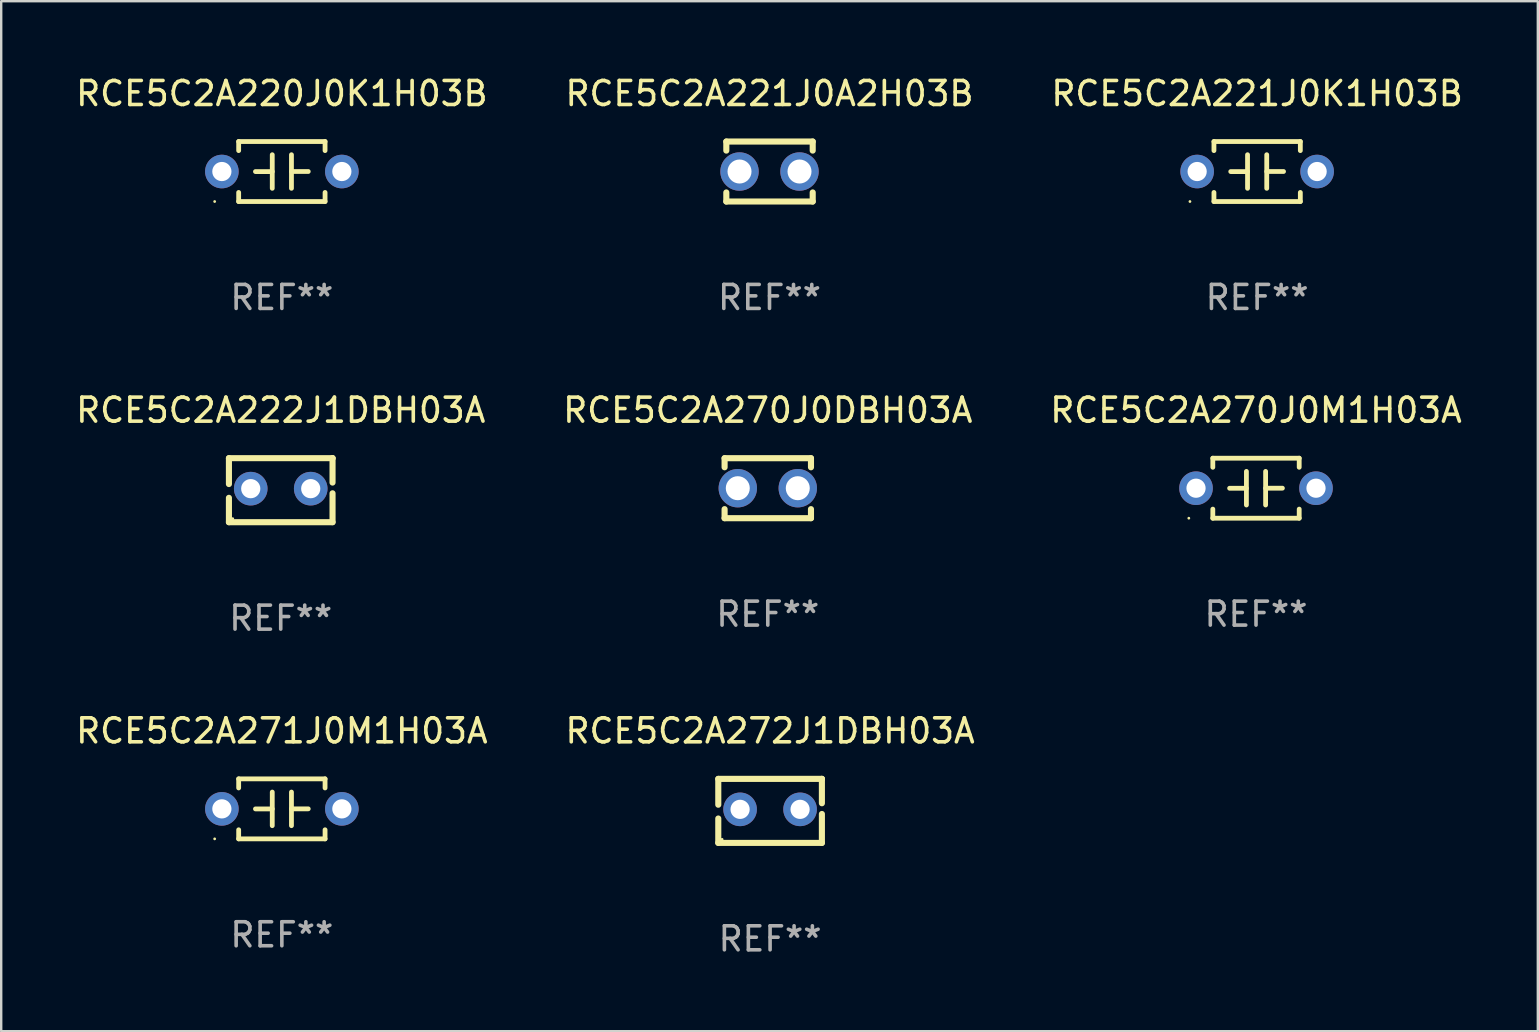
<source format=kicad_pcb>
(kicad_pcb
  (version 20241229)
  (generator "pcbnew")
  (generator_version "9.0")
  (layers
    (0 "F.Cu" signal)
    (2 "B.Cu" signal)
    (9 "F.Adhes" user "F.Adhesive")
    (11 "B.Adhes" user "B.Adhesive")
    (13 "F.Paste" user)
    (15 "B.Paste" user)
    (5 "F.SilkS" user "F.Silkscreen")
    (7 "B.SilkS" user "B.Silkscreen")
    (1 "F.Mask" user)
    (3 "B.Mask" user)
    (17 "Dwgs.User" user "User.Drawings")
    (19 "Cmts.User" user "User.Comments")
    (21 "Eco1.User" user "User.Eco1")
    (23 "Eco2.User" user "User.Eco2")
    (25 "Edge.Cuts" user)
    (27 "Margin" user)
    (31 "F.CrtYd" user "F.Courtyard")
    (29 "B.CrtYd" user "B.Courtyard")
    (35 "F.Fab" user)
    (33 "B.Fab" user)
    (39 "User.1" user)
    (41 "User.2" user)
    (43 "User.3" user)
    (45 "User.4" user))
  (footprint "RCE5C2A221J0A2H03B"
    (layer "F.Cu")
    (at 29.018 4.098)
    (property "Reference" "RCE5C2A221J0A2H03B" (at 0 -3.25 0) (layer "F.SilkS") (effects (font (size 1 1) (thickness 0.15))))
    (attr through_hole)
    (fp_line (start -1.8 -1.25) (end -1.8 -0.872) (stroke (width 0.254) (type solid)) (layer "F.SilkS"))
    (fp_line (start -1.8 -1.25) (end 1.8 -1.25) (stroke (width 0.254) (type solid)) (layer "F.SilkS"))
    (fp_line (start -1.8 0.872) (end -1.8 1.25) (stroke (width 0.254) (type solid)) (layer "F.SilkS"))
    (fp_line (start -1.8 1.25) (end 1.8 1.25) (stroke (width 0.254) (type solid)) (layer "F.SilkS"))
    (fp_line (start 1.8 -1.25) (end 1.8 -0.872) (stroke (width 0.254) (type solid)) (layer "F.SilkS"))
    (fp_line (start 1.8 0.872) (end 1.8 1.25) (stroke (width 0.254) (type solid)) (layer "F.SilkS"))
    (fp_circle (center -1.8 1.25) (end -1.77 1.25) (stroke (width 0.06) (type solid)) (fill no) (layer "F.SilkS"))
    (fp_text user "REF**" (at 0 5.25 0) (layer "F.Fab") (effects (font (size 1 1) (thickness 0.15))))
    (pad "1" thru_hole circle (at -1.25 0) (size 1.6 1.6) (drill 1) (layers "*.Cu" "*.Mask"))
    (pad "2" thru_hole circle (at 1.25 0) (size 1.6 1.6) (drill 1) (layers "*.Cu" "*.Mask")))
  (footprint "RCE5C2A221J0K1H03B"
    (layer "F.Cu")
    (at 49.339 4.098)
    (property "Reference" "RCE5C2A221J0K1H03B" (at 0 -3.25 0) (layer "F.SilkS") (effects (font (size 1 1) (thickness 0.15))))
    (attr through_hole)
    (fp_line (start -1.8 -1.25) (end -1.8 -0.872) (stroke (width 0.2) (type solid)) (layer "F.SilkS"))
    (fp_line (start -1.8 -1.25) (end 1.8 -1.25) (stroke (width 0.2) (type solid)) (layer "F.SilkS"))
    (fp_line (start -1.8 0.872) (end -1.8 1.25) (stroke (width 0.2) (type solid)) (layer "F.SilkS"))
    (fp_line (start -1.8 1.25) (end 1.8 1.25) (stroke (width 0.2) (type solid)) (layer "F.SilkS"))
    (fp_line (start -0.4 -0.7) (end -0.4 0.7) (stroke (width 0.2) (type solid)) (layer "F.SilkS"))
    (fp_line (start -0.4 0.002) (end -1.1 0.002) (stroke (width 0.2) (type solid)) (layer "F.SilkS"))
    (fp_line (start 0.4 -0.001) (end 1.1 -0.001) (stroke (width 0.2) (type solid)) (layer "F.SilkS"))
    (fp_line (start 0.4 0.7) (end 0.4 -0.7) (stroke (width 0.2) (type solid)) (layer "F.SilkS"))
    (fp_line (start 1.8 -1.25) (end 1.8 -0.872) (stroke (width 0.2) (type solid)) (layer "F.SilkS"))
    (fp_line (start 1.8 0.872) (end 1.8 1.25) (stroke (width 0.2) (type solid)) (layer "F.SilkS"))
    (fp_circle (center -2.8 1.25) (end -2.77 1.25) (stroke (width 0.06) (type solid)) (fill no) (layer "F.SilkS"))
    (fp_text user "REF**" (at 0 5.25 0) (layer "F.Fab") (effects (font (size 1 1) (thickness 0.15))))
    (pad "1" thru_hole circle (at -2.5 0) (size 1.4 1.4) (drill 0.8) (layers "*.Cu" "*.Mask"))
    (pad "2" thru_hole circle (at 2.5 0) (size 1.4 1.4) (drill 0.8) (layers "*.Cu" "*.Mask")))
  (footprint "RCE5C2A270J0DBH03A"
    (layer "F.Cu")
    (at 28.946 17.295)
    (property "Reference" "RCE5C2A270J0DBH03A" (at 0 -3.25 0) (layer "F.SilkS") (effects (font (size 1 1) (thickness 0.15))))
    (attr through_hole)
    (fp_line (start -1.8 -1.25) (end -1.8 -0.872) (stroke (width 0.254) (type solid)) (layer "F.SilkS"))
    (fp_line (start -1.8 -1.25) (end 1.8 -1.25) (stroke (width 0.254) (type solid)) (layer "F.SilkS"))
    (fp_line (start -1.8 0.872) (end -1.8 1.25) (stroke (width 0.254) (type solid)) (layer "F.SilkS"))
    (fp_line (start -1.8 1.25) (end 1.8 1.25) (stroke (width 0.254) (type solid)) (layer "F.SilkS"))
    (fp_line (start 1.8 -1.25) (end 1.8 -0.872) (stroke (width 0.254) (type solid)) (layer "F.SilkS"))
    (fp_line (start 1.8 0.872) (end 1.8 1.25) (stroke (width 0.254) (type solid)) (layer "F.SilkS"))
    (fp_circle (center -1.8 1.25) (end -1.77 1.25) (stroke (width 0.06) (type solid)) (fill no) (layer "F.SilkS"))
    (fp_text user "REF**" (at 0 5.25 0) (layer "F.Fab") (effects (font (size 1 1) (thickness 0.15))))
    (pad "1" thru_hole circle (at -1.25 0) (size 1.6 1.6) (drill 1) (layers "*.Cu" "*.Mask"))
    (pad "2" thru_hole circle (at 1.25 0) (size 1.6 1.6) (drill 1) (layers "*.Cu" "*.Mask")))
  (footprint "RCE5C2A220J0K1H03B"
    (layer "F.Cu")
    (at 8.696 4.098)
    (property "Reference" "RCE5C2A220J0K1H03B" (at 0 -3.25 0) (layer "F.SilkS") (effects (font (size 1 1) (thickness 0.15))))
    (attr through_hole)
    (fp_line (start -1.8 -1.25) (end -1.8 -0.872) (stroke (width 0.2) (type solid)) (layer "F.SilkS"))
    (fp_line (start -1.8 -1.25) (end 1.8 -1.25) (stroke (width 0.2) (type solid)) (layer "F.SilkS"))
    (fp_line (start -1.8 0.872) (end -1.8 1.25) (stroke (width 0.2) (type solid)) (layer "F.SilkS"))
    (fp_line (start -1.8 1.25) (end 1.8 1.25) (stroke (width 0.2) (type solid)) (layer "F.SilkS"))
    (fp_line (start -0.4 -0.7) (end -0.4 0.7) (stroke (width 0.2) (type solid)) (layer "F.SilkS"))
    (fp_line (start -0.4 0.002) (end -1.1 0.002) (stroke (width 0.2) (type solid)) (layer "F.SilkS"))
    (fp_line (start 0.4 -0.001) (end 1.1 -0.001) (stroke (width 0.2) (type solid)) (layer "F.SilkS"))
    (fp_line (start 0.4 0.7) (end 0.4 -0.7) (stroke (width 0.2) (type solid)) (layer "F.SilkS"))
    (fp_line (start 1.8 -1.25) (end 1.8 -0.872) (stroke (width 0.2) (type solid)) (layer "F.SilkS"))
    (fp_line (start 1.8 0.872) (end 1.8 1.25) (stroke (width 0.2) (type solid)) (layer "F.SilkS"))
    (fp_circle (center -2.8 1.25) (end -2.77 1.25) (stroke (width 0.06) (type solid)) (fill no) (layer "F.SilkS"))
    (fp_text user "REF**" (at 0 5.25 0) (layer "F.Fab") (effects (font (size 1 1) (thickness 0.15))))
    (pad "1" thru_hole circle (at -2.5 0) (size 1.4 1.4) (drill 0.8) (layers "*.Cu" "*.Mask"))
    (pad "2" thru_hole circle (at 2.5 0) (size 1.4 1.4) (drill 0.8) (layers "*.Cu" "*.Mask")))
  (footprint "RCE5C2A270J0M1H03A"
    (layer "F.Cu")
    (at 49.292 17.295)
    (property "Reference" "RCE5C2A270J0M1H03A" (at 0 -3.25 0) (layer "F.SilkS") (effects (font (size 1 1) (thickness 0.15))))
    (attr through_hole)
    (fp_line (start -1.8 -1.25) (end -1.8 -0.872) (stroke (width 0.2) (type solid)) (layer "F.SilkS"))
    (fp_line (start -1.8 -1.25) (end 1.8 -1.25) (stroke (width 0.2) (type solid)) (layer "F.SilkS"))
    (fp_line (start -1.8 0.872) (end -1.8 1.25) (stroke (width 0.2) (type solid)) (layer "F.SilkS"))
    (fp_line (start -1.8 1.25) (end 1.8 1.25) (stroke (width 0.2) (type solid)) (layer "F.SilkS"))
    (fp_line (start -0.4 -0.7) (end -0.4 0.7) (stroke (width 0.2) (type solid)) (layer "F.SilkS"))
    (fp_line (start -0.4 0.002) (end -1.1 0.002) (stroke (width 0.2) (type solid)) (layer "F.SilkS"))
    (fp_line (start 0.4 -0.001) (end 1.1 -0.001) (stroke (width 0.2) (type solid)) (layer "F.SilkS"))
    (fp_line (start 0.4 0.7) (end 0.4 -0.7) (stroke (width 0.2) (type solid)) (layer "F.SilkS"))
    (fp_line (start 1.8 -1.25) (end 1.8 -0.872) (stroke (width 0.2) (type solid)) (layer "F.SilkS"))
    (fp_line (start 1.8 0.872) (end 1.8 1.25) (stroke (width 0.2) (type solid)) (layer "F.SilkS"))
    (fp_circle (center -2.8 1.25) (end -2.77 1.25) (stroke (width 0.06) (type solid)) (fill no) (layer "F.SilkS"))
    (fp_text user "REF**" (at 0 5.25 0) (layer "F.Fab") (effects (font (size 1 1) (thickness 0.15))))
    (pad "1" thru_hole circle (at -2.5 0) (size 1.4 1.4) (drill 0.8) (layers "*.Cu" "*.Mask"))
    (pad "2" thru_hole circle (at 2.5 0) (size 1.4 1.4) (drill 0.8) (layers "*.Cu" "*.Mask")))
  (footprint "RCE5C2A272J1DBH03A"
    (layer "F.Cu")
    (at 29.042 30.742)
    (property "Reference" "RCE5C2A272J1DBH03A" (at 0 -3.334 0) (layer "F.SilkS") (effects (font (size 1 1) (thickness 0.15))))
    (attr through_hole)
    (fp_line (start -2.159 -1.334) (end 2.159 -1.334) (stroke (width 0.254) (type solid)) (layer "F.SilkS"))
    (fp_line (start -2.159 -0.256) (end -2.159 -1.334) (stroke (width 0.254) (type solid)) (layer "F.SilkS"))
    (fp_line (start -2.159 1.334) (end -2.159 0.318) (stroke (width 0.254) (type solid)) (layer "F.SilkS"))
    (fp_line (start 2.159 -1.334) (end 2.159 -1.334) (stroke (width 0.254) (type solid)) (layer "F.SilkS"))
    (fp_line (start 2.159 -1.334) (end 2.159 -0.318) (stroke (width 0.254) (type solid)) (layer "F.SilkS"))
    (fp_line (start 2.159 0.129) (end 2.159 1.334) (stroke (width 0.254) (type solid)) (layer "F.SilkS"))
    (fp_line (start 2.159 1.334) (end -2.159 1.334) (stroke (width 0.254) (type solid)) (layer "F.SilkS"))
    (fp_circle (center -2 1.186) (end -1.97 1.186) (stroke (width 0.06) (type solid)) (fill no) (layer "F.SilkS"))
    (fp_text user "REF**" (at 0 5.334 0) (layer "F.Fab") (effects (font (size 1 1) (thickness 0.15))))
    (pad "1" thru_hole circle (at -1.25 -0.064) (size 1.4 1.4) (drill 0.8) (layers "*.Cu" "*.Mask"))
    (pad "2" thru_hole circle (at 1.25 -0.064) (size 1.4 1.4) (drill 0.8) (layers "*.Cu" "*.Mask")))
  (footprint "RCE5C2A222J1DBH03A"
    (layer "F.Cu")
    (at 8.649 17.378)
    (property "Reference" "RCE5C2A222J1DBH03A" (at 0 -3.334 0) (layer "F.SilkS") (effects (font (size 1 1) (thickness 0.15))))
    (attr through_hole)
    (fp_line (start -2.159 -1.334) (end 2.159 -1.334) (stroke (width 0.254) (type solid)) (layer "F.SilkS"))
    (fp_line (start -2.159 -0.256) (end -2.159 -1.334) (stroke (width 0.254) (type solid)) (layer "F.SilkS"))
    (fp_line (start -2.159 1.334) (end -2.159 0.318) (stroke (width 0.254) (type solid)) (layer "F.SilkS"))
    (fp_line (start 2.159 -1.334) (end 2.159 -1.334) (stroke (width 0.254) (type solid)) (layer "F.SilkS"))
    (fp_line (start 2.159 -1.334) (end 2.159 -0.318) (stroke (width 0.254) (type solid)) (layer "F.SilkS"))
    (fp_line (start 2.159 0.129) (end 2.159 1.334) (stroke (width 0.254) (type solid)) (layer "F.SilkS"))
    (fp_line (start 2.159 1.334) (end -2.159 1.334) (stroke (width 0.254) (type solid)) (layer "F.SilkS"))
    (fp_circle (center -2 1.186) (end -1.97 1.186) (stroke (width 0.06) (type solid)) (fill no) (layer "F.SilkS"))
    (fp_text user "REF**" (at 0 5.334 0) (layer "F.Fab") (effects (font (size 1 1) (thickness 0.15))))
    (pad "1" thru_hole circle (at -1.25 -0.064) (size 1.4 1.4) (drill 0.8) (layers "*.Cu" "*.Mask"))
    (pad "2" thru_hole circle (at 1.25 -0.064) (size 1.4 1.4) (drill 0.8) (layers "*.Cu" "*.Mask")))
  (footprint "RCE5C2A271J0M1H03A"
    (layer "F.Cu")
    (at 8.696 30.658)
    (property "Reference" "RCE5C2A271J0M1H03A" (at 0 -3.25 0) (layer "F.SilkS") (effects (font (size 1 1) (thickness 0.15))))
    (attr through_hole)
    (fp_line (start -1.8 -1.25) (end -1.8 -0.872) (stroke (width 0.2) (type solid)) (layer "F.SilkS"))
    (fp_line (start -1.8 -1.25) (end 1.8 -1.25) (stroke (width 0.2) (type solid)) (layer "F.SilkS"))
    (fp_line (start -1.8 0.872) (end -1.8 1.25) (stroke (width 0.2) (type solid)) (layer "F.SilkS"))
    (fp_line (start -1.8 1.25) (end 1.8 1.25) (stroke (width 0.2) (type solid)) (layer "F.SilkS"))
    (fp_line (start -0.4 -0.7) (end -0.4 0.7) (stroke (width 0.2) (type solid)) (layer "F.SilkS"))
    (fp_line (start -0.4 0.002) (end -1.1 0.002) (stroke (width 0.2) (type solid)) (layer "F.SilkS"))
    (fp_line (start 0.4 -0.001) (end 1.1 -0.001) (stroke (width 0.2) (type solid)) (layer "F.SilkS"))
    (fp_line (start 0.4 0.7) (end 0.4 -0.7) (stroke (width 0.2) (type solid)) (layer "F.SilkS"))
    (fp_line (start 1.8 -1.25) (end 1.8 -0.872) (stroke (width 0.2) (type solid)) (layer "F.SilkS"))
    (fp_line (start 1.8 0.872) (end 1.8 1.25) (stroke (width 0.2) (type solid)) (layer "F.SilkS"))
    (fp_circle (center -2.8 1.25) (end -2.77 1.25) (stroke (width 0.06) (type solid)) (fill no) (layer "F.SilkS"))
    (fp_text user "REF**" (at 0 5.25 0) (layer "F.Fab") (effects (font (size 1 1) (thickness 0.15))))
    (pad "1" thru_hole circle (at -2.5 0) (size 1.4 1.4) (drill 0.8) (layers "*.Cu" "*.Mask"))
    (pad "2" thru_hole circle (at 2.5 0) (size 1.4 1.4) (drill 0.8) (layers "*.Cu" "*.Mask")))
  (gr_rect
    (start -3 -3)
    (end 61.036 39.924)
    (stroke (width 0.1) (type default))
    (fill no)
    (layer "Edge.Cuts")))
</source>
